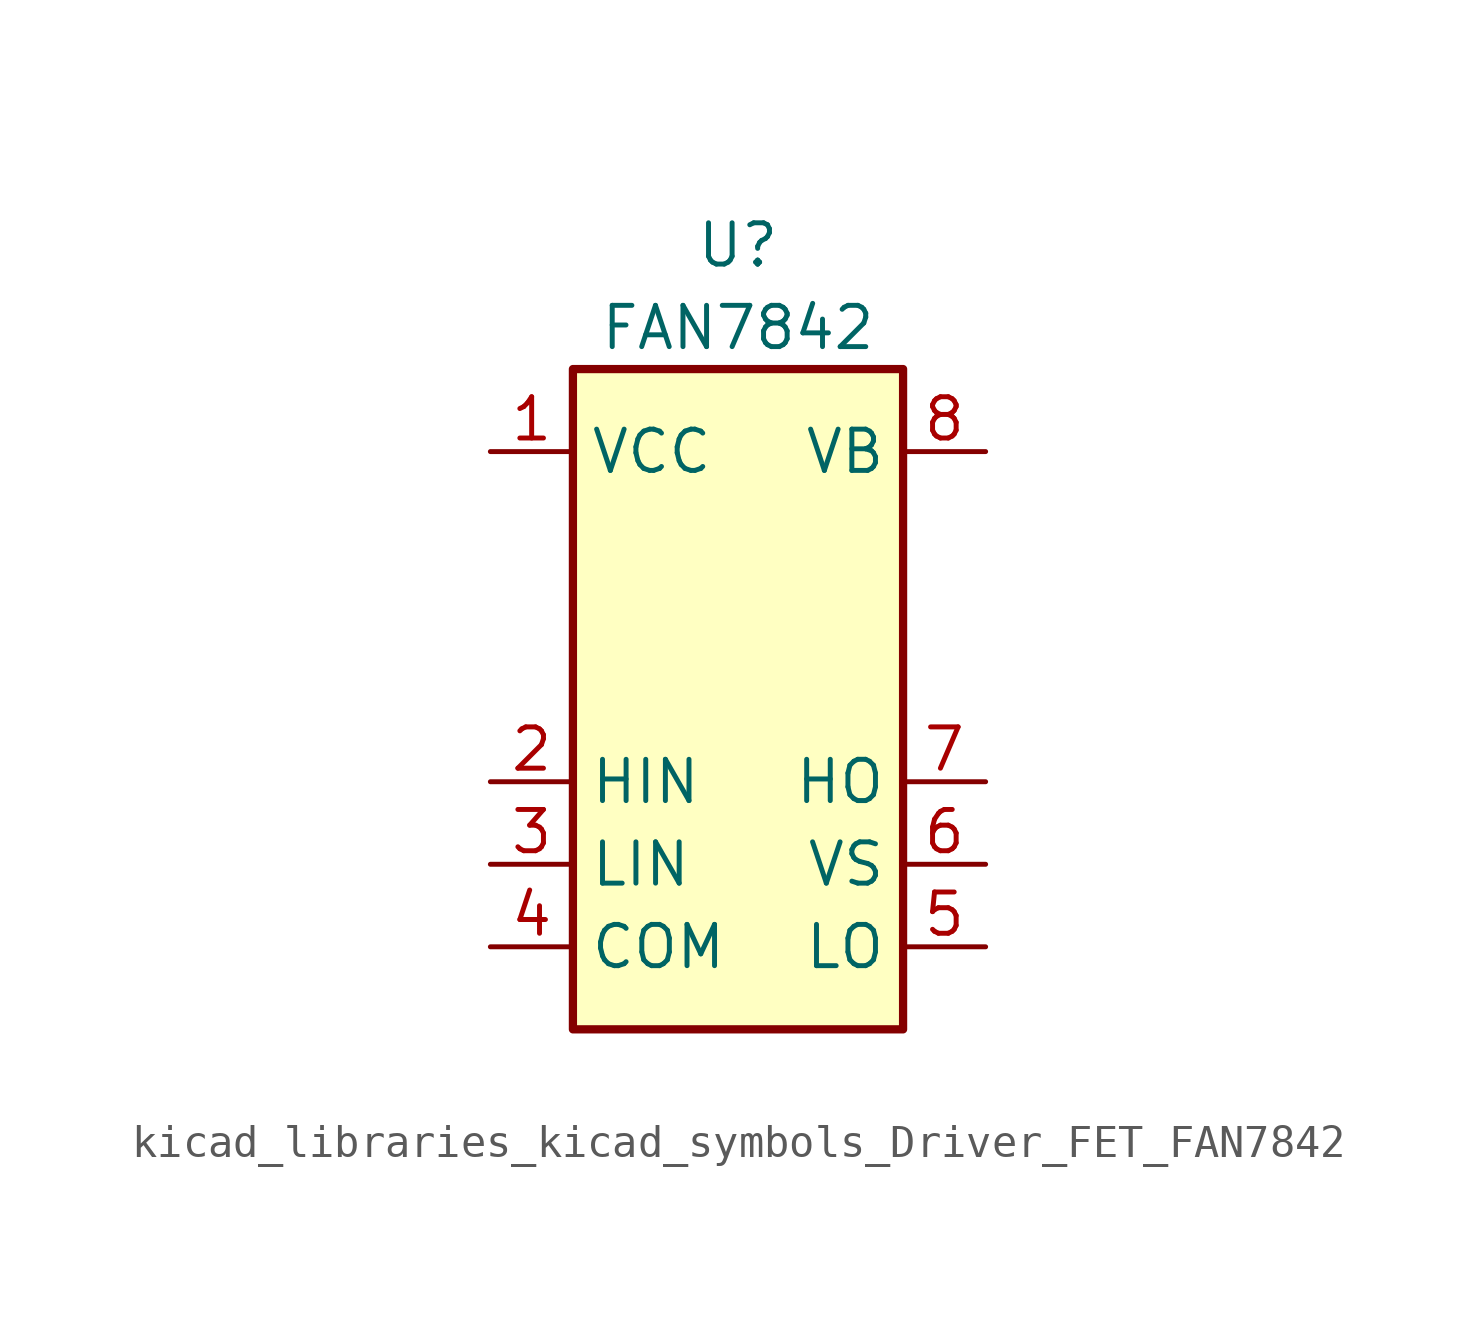
<source format=kicad_sym>
(kicad_symbol_lib
  (version 20220914)
  (generator kicad_symbol_editor)
  (symbol "kicad_libraries_kicad_symbols_Driver_FET_FAN7842"
    (property "Reference" "U"
      (at 0 13.97 0)
      (effects (font (size 1.27 1.27))))
    (property "Value" "FAN7842"
      (at 0 11.43 0)
      (effects (font (size 1.27 1.27))))
    (symbol "kicad_libraries_kicad_symbols_Driver_FET_FAN7842_0_1"
      (rectangle (start -5.08 10.16) (end 5.08 -10.16) (stroke (width 0.254) (type default)) (fill (type background))))
    (symbol "kicad_libraries_kicad_symbols_Driver_FET_FAN7842_1_1"
      (pin power_in line (at -7.62 7.62 0) (length 2.54) (name "VCC" (effects (font (size 1.27 1.27)))) (number "1" (effects (font (size 1.27 1.27)))))
      (pin input line (at -7.62 -2.54 0) (length 2.54) (name "HIN" (effects (font (size 1.27 1.27)))) (number "2" (effects (font (size 1.27 1.27)))))
      (pin input line (at -7.62 -5.08 0) (length 2.54) (name "LIN" (effects (font (size 1.27 1.27)))) (number "3" (effects (font (size 1.27 1.27)))))
      (pin power_in line (at -7.62 -7.62 0) (length 2.54) (name "COM" (effects (font (size 1.27 1.27)))) (number "4" (effects (font (size 1.27 1.27)))))
      (pin output line (at 7.62 -7.62 180) (length 2.54) (name "LO" (effects (font (size 1.27 1.27)))) (number "5" (effects (font (size 1.27 1.27)))))
      (pin passive line (at 7.62 -5.08 180) (length 2.54) (name "VS" (effects (font (size 1.27 1.27)))) (number "6" (effects (font (size 1.27 1.27)))))
      (pin output line (at 7.62 -2.54 180) (length 2.54) (name "HO" (effects (font (size 1.27 1.27)))) (number "7" (effects (font (size 1.27 1.27)))))
      (pin passive line (at 7.62 7.62 180) (length 2.54) (name "VB" (effects (font (size 1.27 1.27)))) (number "8" (effects (font (size 1.27 1.27))))))))
</source>
